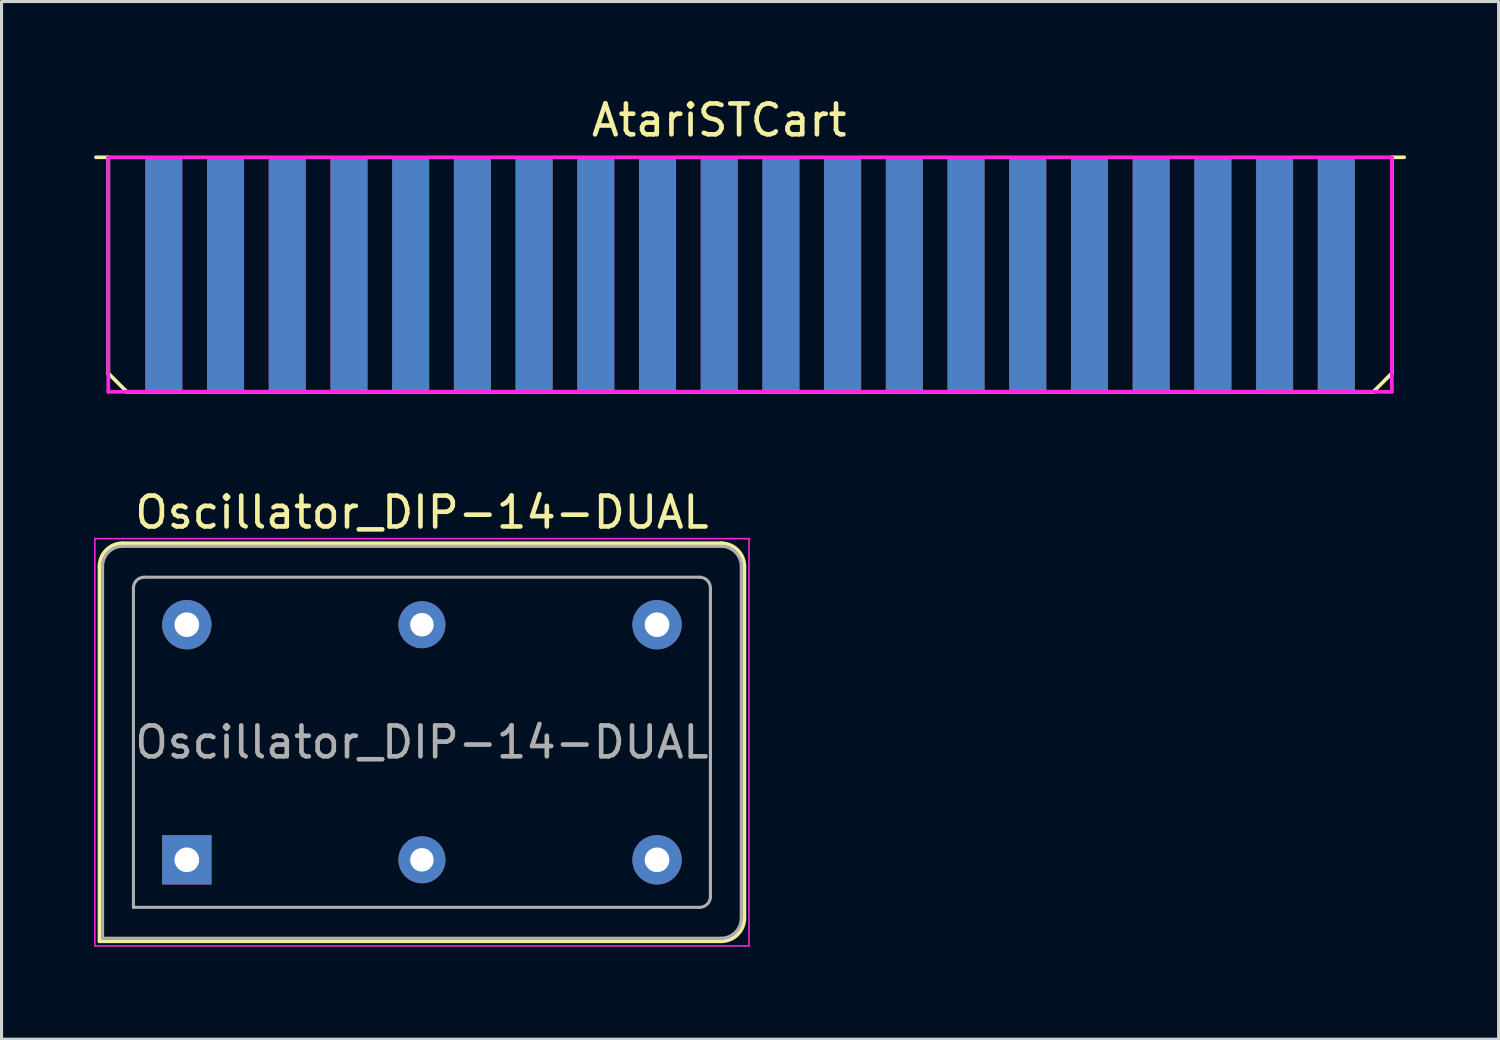
<source format=kicad_pcb>
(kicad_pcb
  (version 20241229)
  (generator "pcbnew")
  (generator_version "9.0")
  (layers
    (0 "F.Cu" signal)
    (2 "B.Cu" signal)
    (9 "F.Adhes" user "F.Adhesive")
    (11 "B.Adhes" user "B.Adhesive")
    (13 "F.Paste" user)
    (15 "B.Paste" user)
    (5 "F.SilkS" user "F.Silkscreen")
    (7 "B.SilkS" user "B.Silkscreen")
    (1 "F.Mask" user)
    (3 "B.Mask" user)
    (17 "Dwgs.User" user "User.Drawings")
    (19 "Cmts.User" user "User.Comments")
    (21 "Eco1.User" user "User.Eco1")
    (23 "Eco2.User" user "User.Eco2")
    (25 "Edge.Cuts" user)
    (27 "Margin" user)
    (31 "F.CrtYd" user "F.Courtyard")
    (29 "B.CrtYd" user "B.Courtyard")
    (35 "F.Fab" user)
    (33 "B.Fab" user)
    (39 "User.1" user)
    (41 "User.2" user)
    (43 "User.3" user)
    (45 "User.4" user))
  (footprint "AtariSTCart"
    (layer "F.Cu")
    (at 0.46 2.048)
    (property "Reference" "AtariSTCart" (at 19.8 -1.2 0) (layer "F.SilkS") (effects (font (size 1 1) (thickness 0.15))))
    (attr exclude_from_pos_files exclude_from_bom)
    (fp_line (start -0.4 0) (end 0 0) (stroke (width 0.12) (type solid)) (layer "F.SilkS"))
    (fp_line (start 0 0) (end 0 7) (stroke (width 0.12) (type solid)) (layer "F.SilkS"))
    (fp_line (start 0 7) (end 0.6 7.6) (stroke (width 0.12) (type solid)) (layer "F.SilkS"))
    (fp_line (start 0.6 7.6) (end 41 7.6) (stroke (width 0.12) (type solid)) (layer "F.SilkS"))
    (fp_line (start 41 7.6) (end 41.6 7) (stroke (width 0.12) (type solid)) (layer "F.SilkS"))
    (fp_line (start 41.6 0) (end 42 0) (stroke (width 0.12) (type solid)) (layer "F.SilkS"))
    (fp_line (start 41.6 7) (end 41.6 0) (stroke (width 0.12) (type solid)) (layer "F.SilkS"))
    (fp_line (start 0 0) (end 0 7.6) (stroke (width 0.12) (type solid)) (layer "F.CrtYd"))
    (fp_line (start 0 7.6) (end 41.6 7.6) (stroke (width 0.12) (type solid)) (layer "F.CrtYd"))
    (fp_line (start 41.6 0) (end 0 0) (stroke (width 0.12) (type solid)) (layer "F.CrtYd"))
    (fp_line (start 41.6 7.6) (end 41.6 0) (stroke (width 0.12) (type solid)) (layer "F.CrtYd"))
    (pad "1" connect rect (at 39.8 3.8) (size 1.2 7.6) (layers "F.Cu" "F.Mask"))
    (pad "2" connect rect (at 39.8 3.8) (size 1.2 7.6) (layers "B.Cu" "B.Mask"))
    (pad "3" connect rect (at 37.8 3.8) (size 1.2 7.6) (layers "F.Cu" "F.Mask"))
    (pad "4" connect rect (at 37.8 3.8) (size 1.2 7.6) (layers "B.Cu" "B.Mask"))
    (pad "5" connect rect (at 35.8 3.8) (size 1.2 7.6) (layers "F.Cu" "F.Mask"))
    (pad "6" connect rect (at 35.8 3.8) (size 1.2 7.6) (layers "B.Cu" "B.Mask"))
    (pad "7" connect rect (at 33.8 3.8) (size 1.2 7.6) (layers "F.Cu" "F.Mask"))
    (pad "8" connect rect (at 33.8 3.8) (size 1.2 7.6) (layers "B.Cu" "B.Mask"))
    (pad "9" connect rect (at 31.8 3.8) (size 1.2 7.6) (layers "F.Cu" "F.Mask"))
    (pad "10" connect rect (at 31.8 3.8) (size 1.2 7.6) (layers "B.Cu" "B.Mask"))
    (pad "11" connect rect (at 29.8 3.8) (size 1.2 7.6) (layers "F.Cu" "F.Mask"))
    (pad "12" connect rect (at 29.8 3.8) (size 1.2 7.6) (layers "B.Cu" "B.Mask"))
    (pad "13" connect rect (at 27.8 3.8) (size 1.2 7.6) (layers "F.Cu" "F.Mask"))
    (pad "14" connect rect (at 27.8 3.8) (size 1.2 7.6) (layers "B.Cu" "B.Mask"))
    (pad "15" connect rect (at 25.8 3.8) (size 1.2 7.6) (layers "F.Cu" "F.Mask"))
    (pad "16" connect rect (at 25.8 3.8) (size 1.2 7.6) (layers "B.Cu" "B.Mask"))
    (pad "17" connect rect (at 23.8 3.8) (size 1.2 7.6) (layers "F.Cu" "F.Mask"))
    (pad "18" connect rect (at 23.8 3.8) (size 1.2 7.6) (layers "B.Cu" "B.Mask"))
    (pad "19" connect rect (at 21.8 3.8) (size 1.2 7.6) (layers "F.Cu" "F.Mask"))
    (pad "20" connect rect (at 21.8 3.8) (size 1.2 7.6) (layers "B.Cu" "B.Mask"))
    (pad "21" connect rect (at 19.8 3.8) (size 1.2 7.6) (layers "F.Cu" "F.Mask"))
    (pad "22" connect rect (at 19.8 3.8) (size 1.2 7.6) (layers "B.Cu" "B.Mask"))
    (pad "23" connect rect (at 17.8 3.8) (size 1.2 7.6) (layers "F.Cu" "F.Mask"))
    (pad "24" connect rect (at 17.8 3.8) (size 1.2 7.6) (layers "B.Cu" "B.Mask"))
    (pad "25" connect rect (at 15.8 3.8) (size 1.2 7.6) (layers "F.Cu" "F.Mask"))
    (pad "26" connect rect (at 15.8 3.8) (size 1.2 7.6) (layers "B.Cu" "B.Mask"))
    (pad "27" connect rect (at 13.8 3.8) (size 1.2 7.6) (layers "F.Cu" "F.Mask"))
    (pad "28" connect rect (at 13.8 3.8) (size 1.2 7.6) (layers "B.Cu" "B.Mask"))
    (pad "29" connect rect (at 11.8 3.8) (size 1.2 7.6) (layers "F.Cu" "F.Mask"))
    (pad "30" connect rect (at 11.8 3.8) (size 1.2 7.6) (layers "B.Cu" "B.Mask"))
    (pad "31" connect rect (at 9.8 3.8) (size 1.2 7.6) (layers "F.Cu" "F.Mask"))
    (pad "32" connect rect (at 9.8 3.8) (size 1.2 7.6) (layers "B.Cu" "B.Mask"))
    (pad "33" connect rect (at 7.8 3.8) (size 1.2 7.6) (layers "F.Cu" "F.Mask"))
    (pad "34" connect rect (at 7.8 3.8) (size 1.2 7.6) (layers "B.Cu" "B.Mask"))
    (pad "35" connect rect (at 5.8 3.8) (size 1.2 7.6) (layers "F.Cu" "F.Mask"))
    (pad "36" connect rect (at 5.8 3.8) (size 1.2 7.6) (layers "B.Cu" "B.Mask"))
    (pad "37" connect rect (at 3.8 3.8) (size 1.2 7.6) (layers "F.Cu" "F.Mask"))
    (pad "38" connect rect (at 3.8 3.8) (size 1.2 7.6) (layers "B.Cu" "B.Mask"))
    (pad "39" connect rect (at 1.8 3.8) (size 1.2 7.6) (layers "F.Cu" "F.Mask"))
    (pad "40" connect rect (at 1.8 3.8) (size 1.2 7.6) (layers "B.Cu" "B.Mask")))
  (footprint "Oscillator_DIP-14-DUAL"
    (layer "F.Cu")
    (at 3.005 24.817)
    (property "Reference" "Oscillator_DIP-14-DUAL" (at 7.62 -11.26 0) (layer "F.SilkS") (effects (font (size 1 1) (thickness 0.15))))
    (attr through_hole)
    (fp_line (start -2.83 -9.51) (end -2.83 2.64) (stroke (width 0.12) (type solid)) (layer "F.SilkS"))
    (fp_line (start -2.83 2.64) (end 17.32 2.64) (stroke (width 0.12) (type solid)) (layer "F.SilkS"))
    (fp_line (start 17.32 -10.26) (end -2.08 -10.26) (stroke (width 0.12) (type solid)) (layer "F.SilkS"))
    (fp_line (start 18.07 1.89) (end 18.07 -9.51) (stroke (width 0.12) (type solid)) (layer "F.SilkS"))
    (fp_arc (start -2.83 -9.51) (mid -2.61033 -10.04033) (end -2.08 -10.26) (stroke (width 0.12) (type solid)) (layer "F.SilkS"))
    (fp_arc (start 17.32 -10.26) (mid 17.85033 -10.04033) (end 18.07 -9.51) (stroke (width 0.12) (type solid)) (layer "F.SilkS"))
    (fp_arc (start 18.07 1.89) (mid 17.85033 2.42033) (end 17.32 2.64) (stroke (width 0.12) (type solid)) (layer "F.SilkS"))
    (fp_line (start -2.98 -10.41) (end -2.98 2.79) (stroke (width 0.05) (type solid)) (layer "F.CrtYd"))
    (fp_line (start -2.98 2.79) (end 18.22 2.79) (stroke (width 0.05) (type solid)) (layer "F.CrtYd"))
    (fp_line (start 18.22 -10.41) (end -2.98 -10.41) (stroke (width 0.05) (type solid)) (layer "F.CrtYd"))
    (fp_line (start 18.22 2.79) (end 18.22 -10.41) (stroke (width 0.05) (type solid)) (layer "F.CrtYd"))
    (fp_line (start -2.73 2.54) (end -2.73 -9.51) (stroke (width 0.1) (type solid)) (layer "F.Fab"))
    (fp_line (start -2.73 2.54) (end 17.32 2.54) (stroke (width 0.1) (type solid)) (layer "F.Fab"))
    (fp_line (start -2.08 -10.16) (end 17.32 -10.16) (stroke (width 0.1) (type solid)) (layer "F.Fab"))
    (fp_line (start -1.73 1.54) (end -1.73 -8.81) (stroke (width 0.1) (type solid)) (layer "F.Fab"))
    (fp_line (start -1.73 1.54) (end 16.62 1.54) (stroke (width 0.1) (type solid)) (layer "F.Fab"))
    (fp_line (start -1.38 -9.16) (end 16.62 -9.16) (stroke (width 0.1) (type solid)) (layer "F.Fab"))
    (fp_line (start 16.97 1.19) (end 16.97 -8.81) (stroke (width 0.1) (type solid)) (layer "F.Fab"))
    (fp_line (start 17.97 -9.51) (end 17.97 1.89) (stroke (width 0.1) (type solid)) (layer "F.Fab"))
    (fp_arc (start -2.73 -9.51) (mid -2.539619 -9.969619) (end -2.08 -10.16) (stroke (width 0.1) (type solid)) (layer "F.Fab"))
    (fp_arc (start -1.73 -8.81) (mid -1.627487 -9.057487) (end -1.38 -9.16) (stroke (width 0.1) (type solid)) (layer "F.Fab"))
    (fp_arc (start 16.62 -9.16) (mid 16.867487 -9.057487) (end 16.97 -8.81) (stroke (width 0.1) (type solid)) (layer "F.Fab"))
    (fp_arc (start 16.97 1.19) (mid 16.867487 1.437487) (end 16.62 1.54) (stroke (width 0.1) (type solid)) (layer "F.Fab"))
    (fp_arc (start 17.32 -10.16) (mid 17.779619 -9.969619) (end 17.97 -9.51) (stroke (width 0.1) (type solid)) (layer "F.Fab"))
    (fp_arc (start 17.97 1.89) (mid 17.779619 2.349619) (end 17.32 2.54) (stroke (width 0.1) (type solid)) (layer "F.Fab"))
    (fp_text user "${REFERENCE}" (at 7.62 -3.81 0) (layer "F.Fab") (effects (font (size 1 1) (thickness 0.15))))
    (pad "1" thru_hole rect (at 0 0) (size 1.6 1.6) (drill 0.8) (layers "*.Cu" "*.Mask"))
    (pad "4" thru_hole circle (at 7.62 0) (size 1.524 1.524) (drill 0.762) (layers "*.Cu" "*.Mask"))
    (pad "7" thru_hole circle (at 15.24 0) (size 1.6 1.6) (drill 0.8) (layers "*.Cu" "*.Mask"))
    (pad "8" thru_hole circle (at 15.24 -7.62) (size 1.6 1.6) (drill 0.8) (layers "*.Cu" "*.Mask"))
    (pad "11" thru_hole circle (at 7.62 -7.62) (size 1.524 1.524) (drill 0.762) (layers "*.Cu" "*.Mask"))
    (pad "14" thru_hole circle (at 0 -7.62) (size 1.6 1.6) (drill 0.8) (layers "*.Cu" "*.Mask")))
  (gr_rect
    (start -3 -3)
    (end 45.52 30.631)
    (stroke (width 0.1) (type default))
    (fill no)
    (layer "Edge.Cuts")))
</source>
